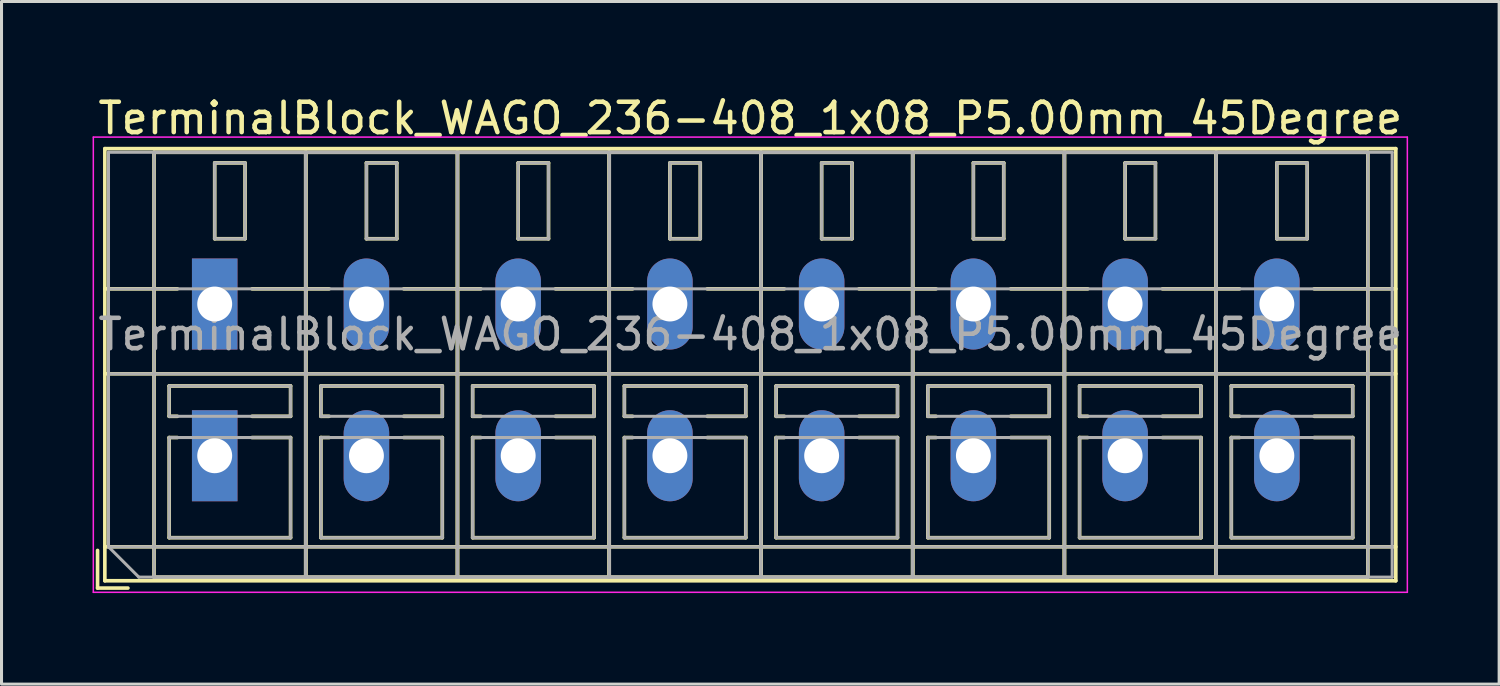
<source format=kicad_pcb>
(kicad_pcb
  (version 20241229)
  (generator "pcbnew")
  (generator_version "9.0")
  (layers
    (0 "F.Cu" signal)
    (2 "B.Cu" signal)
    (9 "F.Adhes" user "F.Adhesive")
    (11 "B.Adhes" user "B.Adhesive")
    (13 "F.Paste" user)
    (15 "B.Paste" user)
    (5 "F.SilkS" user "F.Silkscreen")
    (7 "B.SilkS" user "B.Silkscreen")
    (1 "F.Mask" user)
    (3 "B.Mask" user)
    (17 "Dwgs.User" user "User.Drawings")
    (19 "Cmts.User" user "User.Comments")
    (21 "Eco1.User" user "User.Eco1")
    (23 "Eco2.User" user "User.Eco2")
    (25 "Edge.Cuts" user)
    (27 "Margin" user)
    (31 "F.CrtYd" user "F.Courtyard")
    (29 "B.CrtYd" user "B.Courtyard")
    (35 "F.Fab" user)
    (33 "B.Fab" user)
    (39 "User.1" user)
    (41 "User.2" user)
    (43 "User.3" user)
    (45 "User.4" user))
  (footprint "TerminalBlock_WAGO_236-408_1x08_P5.00mm_45Degree"
    (layer "F.Cu")
    (at 4.025 6.968)
    (property "Reference" "TerminalBlock_WAGO_236-408_1x08_P5.00mm_45Degree" (at 17.65 -6.12 0) (layer "F.SilkS") (effects (font (size 1 1) (thickness 0.15))))
    (attr through_hole)
    (fp_line (start -3.86 8.12) (end -3.86 9.36) (stroke (width 0.12) (type solid)) (layer "F.SilkS"))
    (fp_line (start -3.86 9.36) (end -2.86 9.36) (stroke (width 0.12) (type solid)) (layer "F.SilkS"))
    (fp_line (start -3.62 -5.12) (end -3.62 9.12) (stroke (width 0.12) (type solid)) (layer "F.SilkS"))
    (fp_line (start -3.62 -5.12) (end 38.92 -5.12) (stroke (width 0.12) (type solid)) (layer "F.SilkS"))
    (fp_line (start -3.62 -0.5) (end -1.23 -0.5) (stroke (width 0.12) (type solid)) (layer "F.SilkS"))
    (fp_line (start -3.62 2.3) (end 38.92 2.3) (stroke (width 0.12) (type solid)) (layer "F.SilkS"))
    (fp_line (start -3.62 8) (end 38.92 8) (stroke (width 0.12) (type solid)) (layer "F.SilkS"))
    (fp_line (start -3.62 9.12) (end 38.92 9.12) (stroke (width 0.12) (type solid)) (layer "F.SilkS"))
    (fp_line (start -2 -5) (end -2 9) (stroke (width 0.12) (type solid)) (layer "F.SilkS"))
    (fp_line (start -2 -5) (end 3 -5) (stroke (width 0.12) (type solid)) (layer "F.SilkS"))
    (fp_line (start -2 9) (end 3 9) (stroke (width 0.12) (type solid)) (layer "F.SilkS"))
    (fp_line (start -1.5 2.7) (end -1.5 3.7) (stroke (width 0.12) (type solid)) (layer "F.SilkS"))
    (fp_line (start -1.5 2.7) (end 2.5 2.7) (stroke (width 0.12) (type solid)) (layer "F.SilkS"))
    (fp_line (start -1.5 3.7) (end -1.23 3.7) (stroke (width 0.12) (type solid)) (layer "F.SilkS"))
    (fp_line (start -1.5 4.4) (end -1.5 7.7) (stroke (width 0.12) (type solid)) (layer "F.SilkS"))
    (fp_line (start -1.5 4.4) (end -1.23 4.4) (stroke (width 0.12) (type solid)) (layer "F.SilkS"))
    (fp_line (start -1.5 7.7) (end 2.5 7.7) (stroke (width 0.12) (type solid)) (layer "F.SilkS"))
    (fp_line (start 0 -4.65) (end 0 -2.151) (stroke (width 0.12) (type solid)) (layer "F.SilkS"))
    (fp_line (start 0 -4.65) (end 1 -4.65) (stroke (width 0.12) (type solid)) (layer "F.SilkS"))
    (fp_line (start 0 -2.151) (end 1 -2.151) (stroke (width 0.12) (type solid)) (layer "F.SilkS"))
    (fp_line (start 1 -4.65) (end 1 -2.151) (stroke (width 0.12) (type solid)) (layer "F.SilkS"))
    (fp_line (start 1.23 -0.5) (end 3.77 -0.5) (stroke (width 0.12) (type solid)) (layer "F.SilkS"))
    (fp_line (start 1.23 3.7) (end 2.5 3.7) (stroke (width 0.12) (type solid)) (layer "F.SilkS"))
    (fp_line (start 1.23 4.4) (end 2.5 4.4) (stroke (width 0.12) (type solid)) (layer "F.SilkS"))
    (fp_line (start 2.5 2.7) (end 2.5 3.7) (stroke (width 0.12) (type solid)) (layer "F.SilkS"))
    (fp_line (start 2.5 4.4) (end 2.5 7.7) (stroke (width 0.12) (type solid)) (layer "F.SilkS"))
    (fp_line (start 3 -5) (end 3 9) (stroke (width 0.12) (type solid)) (layer "F.SilkS"))
    (fp_line (start 3 -5) (end 3 9) (stroke (width 0.12) (type solid)) (layer "F.SilkS"))
    (fp_line (start 3 -5) (end 8 -5) (stroke (width 0.12) (type solid)) (layer "F.SilkS"))
    (fp_line (start 3 9) (end 8 9) (stroke (width 0.12) (type solid)) (layer "F.SilkS"))
    (fp_line (start 3.5 2.7) (end 3.5 3.7) (stroke (width 0.12) (type solid)) (layer "F.SilkS"))
    (fp_line (start 3.5 2.7) (end 7.5 2.7) (stroke (width 0.12) (type solid)) (layer "F.SilkS"))
    (fp_line (start 3.5 3.7) (end 3.77 3.7) (stroke (width 0.12) (type solid)) (layer "F.SilkS"))
    (fp_line (start 3.5 4.4) (end 3.5 7.7) (stroke (width 0.12) (type solid)) (layer "F.SilkS"))
    (fp_line (start 3.5 4.4) (end 3.77 4.4) (stroke (width 0.12) (type solid)) (layer "F.SilkS"))
    (fp_line (start 3.5 7.7) (end 7.5 7.7) (stroke (width 0.12) (type solid)) (layer "F.SilkS"))
    (fp_line (start 5 -4.65) (end 5 -2.151) (stroke (width 0.12) (type solid)) (layer "F.SilkS"))
    (fp_line (start 5 -4.65) (end 6 -4.65) (stroke (width 0.12) (type solid)) (layer "F.SilkS"))
    (fp_line (start 5 -2.151) (end 6 -2.151) (stroke (width 0.12) (type solid)) (layer "F.SilkS"))
    (fp_line (start 6 -4.65) (end 6 -2.151) (stroke (width 0.12) (type solid)) (layer "F.SilkS"))
    (fp_line (start 6.23 -0.5) (end 8.77 -0.5) (stroke (width 0.12) (type solid)) (layer "F.SilkS"))
    (fp_line (start 6.23 3.7) (end 7.5 3.7) (stroke (width 0.12) (type solid)) (layer "F.SilkS"))
    (fp_line (start 6.23 4.4) (end 7.5 4.4) (stroke (width 0.12) (type solid)) (layer "F.SilkS"))
    (fp_line (start 7.5 2.7) (end 7.5 3.7) (stroke (width 0.12) (type solid)) (layer "F.SilkS"))
    (fp_line (start 7.5 4.4) (end 7.5 7.7) (stroke (width 0.12) (type solid)) (layer "F.SilkS"))
    (fp_line (start 8 -5) (end 8 9) (stroke (width 0.12) (type solid)) (layer "F.SilkS"))
    (fp_line (start 8 -5) (end 8 9) (stroke (width 0.12) (type solid)) (layer "F.SilkS"))
    (fp_line (start 8 -5) (end 13 -5) (stroke (width 0.12) (type solid)) (layer "F.SilkS"))
    (fp_line (start 8 9) (end 13 9) (stroke (width 0.12) (type solid)) (layer "F.SilkS"))
    (fp_line (start 8.5 2.7) (end 8.5 3.7) (stroke (width 0.12) (type solid)) (layer "F.SilkS"))
    (fp_line (start 8.5 2.7) (end 12.5 2.7) (stroke (width 0.12) (type solid)) (layer "F.SilkS"))
    (fp_line (start 8.5 3.7) (end 8.77 3.7) (stroke (width 0.12) (type solid)) (layer "F.SilkS"))
    (fp_line (start 8.5 4.4) (end 8.5 7.7) (stroke (width 0.12) (type solid)) (layer "F.SilkS"))
    (fp_line (start 8.5 4.4) (end 8.77 4.4) (stroke (width 0.12) (type solid)) (layer "F.SilkS"))
    (fp_line (start 8.5 7.7) (end 12.5 7.7) (stroke (width 0.12) (type solid)) (layer "F.SilkS"))
    (fp_line (start 10 -4.65) (end 10 -2.151) (stroke (width 0.12) (type solid)) (layer "F.SilkS"))
    (fp_line (start 10 -4.65) (end 11 -4.65) (stroke (width 0.12) (type solid)) (layer "F.SilkS"))
    (fp_line (start 10 -2.151) (end 11 -2.151) (stroke (width 0.12) (type solid)) (layer "F.SilkS"))
    (fp_line (start 11 -4.65) (end 11 -2.151) (stroke (width 0.12) (type solid)) (layer "F.SilkS"))
    (fp_line (start 11.23 -0.5) (end 13.77 -0.5) (stroke (width 0.12) (type solid)) (layer "F.SilkS"))
    (fp_line (start 11.23 3.7) (end 12.5 3.7) (stroke (width 0.12) (type solid)) (layer "F.SilkS"))
    (fp_line (start 11.23 4.4) (end 12.5 4.4) (stroke (width 0.12) (type solid)) (layer "F.SilkS"))
    (fp_line (start 12.5 2.7) (end 12.5 3.7) (stroke (width 0.12) (type solid)) (layer "F.SilkS"))
    (fp_line (start 12.5 4.4) (end 12.5 7.7) (stroke (width 0.12) (type solid)) (layer "F.SilkS"))
    (fp_line (start 13 -5) (end 13 9) (stroke (width 0.12) (type solid)) (layer "F.SilkS"))
    (fp_line (start 13 -5) (end 13 9) (stroke (width 0.12) (type solid)) (layer "F.SilkS"))
    (fp_line (start 13 -5) (end 18 -5) (stroke (width 0.12) (type solid)) (layer "F.SilkS"))
    (fp_line (start 13 9) (end 18 9) (stroke (width 0.12) (type solid)) (layer "F.SilkS"))
    (fp_line (start 13.5 2.7) (end 13.5 3.7) (stroke (width 0.12) (type solid)) (layer "F.SilkS"))
    (fp_line (start 13.5 2.7) (end 17.5 2.7) (stroke (width 0.12) (type solid)) (layer "F.SilkS"))
    (fp_line (start 13.5 3.7) (end 13.77 3.7) (stroke (width 0.12) (type solid)) (layer "F.SilkS"))
    (fp_line (start 13.5 4.4) (end 13.5 7.7) (stroke (width 0.12) (type solid)) (layer "F.SilkS"))
    (fp_line (start 13.5 4.4) (end 13.77 4.4) (stroke (width 0.12) (type solid)) (layer "F.SilkS"))
    (fp_line (start 13.5 7.7) (end 17.5 7.7) (stroke (width 0.12) (type solid)) (layer "F.SilkS"))
    (fp_line (start 15 -4.65) (end 15 -2.151) (stroke (width 0.12) (type solid)) (layer "F.SilkS"))
    (fp_line (start 15 -4.65) (end 16 -4.65) (stroke (width 0.12) (type solid)) (layer "F.SilkS"))
    (fp_line (start 15 -2.151) (end 16 -2.151) (stroke (width 0.12) (type solid)) (layer "F.SilkS"))
    (fp_line (start 16 -4.65) (end 16 -2.151) (stroke (width 0.12) (type solid)) (layer "F.SilkS"))
    (fp_line (start 16.23 -0.5) (end 18.77 -0.5) (stroke (width 0.12) (type solid)) (layer "F.SilkS"))
    (fp_line (start 16.23 3.7) (end 17.5 3.7) (stroke (width 0.12) (type solid)) (layer "F.SilkS"))
    (fp_line (start 16.23 4.4) (end 17.5 4.4) (stroke (width 0.12) (type solid)) (layer "F.SilkS"))
    (fp_line (start 17.5 2.7) (end 17.5 3.7) (stroke (width 0.12) (type solid)) (layer "F.SilkS"))
    (fp_line (start 17.5 4.4) (end 17.5 7.7) (stroke (width 0.12) (type solid)) (layer "F.SilkS"))
    (fp_line (start 18 -5) (end 18 9) (stroke (width 0.12) (type solid)) (layer "F.SilkS"))
    (fp_line (start 18 -5) (end 18 9) (stroke (width 0.12) (type solid)) (layer "F.SilkS"))
    (fp_line (start 18 -5) (end 23 -5) (stroke (width 0.12) (type solid)) (layer "F.SilkS"))
    (fp_line (start 18 9) (end 23 9) (stroke (width 0.12) (type solid)) (layer "F.SilkS"))
    (fp_line (start 18.5 2.7) (end 18.5 3.7) (stroke (width 0.12) (type solid)) (layer "F.SilkS"))
    (fp_line (start 18.5 2.7) (end 22.5 2.7) (stroke (width 0.12) (type solid)) (layer "F.SilkS"))
    (fp_line (start 18.5 3.7) (end 18.77 3.7) (stroke (width 0.12) (type solid)) (layer "F.SilkS"))
    (fp_line (start 18.5 4.4) (end 18.5 7.7) (stroke (width 0.12) (type solid)) (layer "F.SilkS"))
    (fp_line (start 18.5 4.4) (end 18.77 4.4) (stroke (width 0.12) (type solid)) (layer "F.SilkS"))
    (fp_line (start 18.5 7.7) (end 22.5 7.7) (stroke (width 0.12) (type solid)) (layer "F.SilkS"))
    (fp_line (start 20 -4.65) (end 20 -2.151) (stroke (width 0.12) (type solid)) (layer "F.SilkS"))
    (fp_line (start 20 -4.65) (end 21 -4.65) (stroke (width 0.12) (type solid)) (layer "F.SilkS"))
    (fp_line (start 20 -2.151) (end 21 -2.151) (stroke (width 0.12) (type solid)) (layer "F.SilkS"))
    (fp_line (start 21 -4.65) (end 21 -2.151) (stroke (width 0.12) (type solid)) (layer "F.SilkS"))
    (fp_line (start 21.23 -0.5) (end 23.77 -0.5) (stroke (width 0.12) (type solid)) (layer "F.SilkS"))
    (fp_line (start 21.23 3.7) (end 22.5 3.7) (stroke (width 0.12) (type solid)) (layer "F.SilkS"))
    (fp_line (start 21.23 4.4) (end 22.5 4.4) (stroke (width 0.12) (type solid)) (layer "F.SilkS"))
    (fp_line (start 22.5 2.7) (end 22.5 3.7) (stroke (width 0.12) (type solid)) (layer "F.SilkS"))
    (fp_line (start 22.5 4.4) (end 22.5 7.7) (stroke (width 0.12) (type solid)) (layer "F.SilkS"))
    (fp_line (start 23 -5) (end 23 9) (stroke (width 0.12) (type solid)) (layer "F.SilkS"))
    (fp_line (start 23 -5) (end 23 9) (stroke (width 0.12) (type solid)) (layer "F.SilkS"))
    (fp_line (start 23 -5) (end 28 -5) (stroke (width 0.12) (type solid)) (layer "F.SilkS"))
    (fp_line (start 23 9) (end 28 9) (stroke (width 0.12) (type solid)) (layer "F.SilkS"))
    (fp_line (start 23.5 2.7) (end 23.5 3.7) (stroke (width 0.12) (type solid)) (layer "F.SilkS"))
    (fp_line (start 23.5 2.7) (end 27.5 2.7) (stroke (width 0.12) (type solid)) (layer "F.SilkS"))
    (fp_line (start 23.5 3.7) (end 23.77 3.7) (stroke (width 0.12) (type solid)) (layer "F.SilkS"))
    (fp_line (start 23.5 4.4) (end 23.5 7.7) (stroke (width 0.12) (type solid)) (layer "F.SilkS"))
    (fp_line (start 23.5 4.4) (end 23.77 4.4) (stroke (width 0.12) (type solid)) (layer "F.SilkS"))
    (fp_line (start 23.5 7.7) (end 27.5 7.7) (stroke (width 0.12) (type solid)) (layer "F.SilkS"))
    (fp_line (start 25 -4.65) (end 25 -2.151) (stroke (width 0.12) (type solid)) (layer "F.SilkS"))
    (fp_line (start 25 -4.65) (end 26 -4.65) (stroke (width 0.12) (type solid)) (layer "F.SilkS"))
    (fp_line (start 25 -2.151) (end 26 -2.151) (stroke (width 0.12) (type solid)) (layer "F.SilkS"))
    (fp_line (start 26 -4.65) (end 26 -2.151) (stroke (width 0.12) (type solid)) (layer "F.SilkS"))
    (fp_line (start 26.23 -0.5) (end 28.77 -0.5) (stroke (width 0.12) (type solid)) (layer "F.SilkS"))
    (fp_line (start 26.23 3.7) (end 27.5 3.7) (stroke (width 0.12) (type solid)) (layer "F.SilkS"))
    (fp_line (start 26.23 4.4) (end 27.5 4.4) (stroke (width 0.12) (type solid)) (layer "F.SilkS"))
    (fp_line (start 27.5 2.7) (end 27.5 3.7) (stroke (width 0.12) (type solid)) (layer "F.SilkS"))
    (fp_line (start 27.5 4.4) (end 27.5 7.7) (stroke (width 0.12) (type solid)) (layer "F.SilkS"))
    (fp_line (start 28 -5) (end 28 9) (stroke (width 0.12) (type solid)) (layer "F.SilkS"))
    (fp_line (start 28 -5) (end 28 9) (stroke (width 0.12) (type solid)) (layer "F.SilkS"))
    (fp_line (start 28 -5) (end 33 -5) (stroke (width 0.12) (type solid)) (layer "F.SilkS"))
    (fp_line (start 28 9) (end 33 9) (stroke (width 0.12) (type solid)) (layer "F.SilkS"))
    (fp_line (start 28.5 2.7) (end 28.5 3.7) (stroke (width 0.12) (type solid)) (layer "F.SilkS"))
    (fp_line (start 28.5 2.7) (end 32.5 2.7) (stroke (width 0.12) (type solid)) (layer "F.SilkS"))
    (fp_line (start 28.5 3.7) (end 28.77 3.7) (stroke (width 0.12) (type solid)) (layer "F.SilkS"))
    (fp_line (start 28.5 4.4) (end 28.5 7.7) (stroke (width 0.12) (type solid)) (layer "F.SilkS"))
    (fp_line (start 28.5 4.4) (end 28.77 4.4) (stroke (width 0.12) (type solid)) (layer "F.SilkS"))
    (fp_line (start 28.5 7.7) (end 32.5 7.7) (stroke (width 0.12) (type solid)) (layer "F.SilkS"))
    (fp_line (start 30 -4.65) (end 30 -2.151) (stroke (width 0.12) (type solid)) (layer "F.SilkS"))
    (fp_line (start 30 -4.65) (end 31 -4.65) (stroke (width 0.12) (type solid)) (layer "F.SilkS"))
    (fp_line (start 30 -2.151) (end 31 -2.151) (stroke (width 0.12) (type solid)) (layer "F.SilkS"))
    (fp_line (start 31 -4.65) (end 31 -2.151) (stroke (width 0.12) (type solid)) (layer "F.SilkS"))
    (fp_line (start 31.23 -0.5) (end 33.77 -0.5) (stroke (width 0.12) (type solid)) (layer "F.SilkS"))
    (fp_line (start 31.23 3.7) (end 32.5 3.7) (stroke (width 0.12) (type solid)) (layer "F.SilkS"))
    (fp_line (start 31.23 4.4) (end 32.5 4.4) (stroke (width 0.12) (type solid)) (layer "F.SilkS"))
    (fp_line (start 32.5 2.7) (end 32.5 3.7) (stroke (width 0.12) (type solid)) (layer "F.SilkS"))
    (fp_line (start 32.5 4.4) (end 32.5 7.7) (stroke (width 0.12) (type solid)) (layer "F.SilkS"))
    (fp_line (start 33 -5) (end 33 9) (stroke (width 0.12) (type solid)) (layer "F.SilkS"))
    (fp_line (start 33 -5) (end 33 9) (stroke (width 0.12) (type solid)) (layer "F.SilkS"))
    (fp_line (start 33 -5) (end 38 -5) (stroke (width 0.12) (type solid)) (layer "F.SilkS"))
    (fp_line (start 33 9) (end 38 9) (stroke (width 0.12) (type solid)) (layer "F.SilkS"))
    (fp_line (start 33.5 2.7) (end 33.5 3.7) (stroke (width 0.12) (type solid)) (layer "F.SilkS"))
    (fp_line (start 33.5 2.7) (end 37.5 2.7) (stroke (width 0.12) (type solid)) (layer "F.SilkS"))
    (fp_line (start 33.5 3.7) (end 33.77 3.7) (stroke (width 0.12) (type solid)) (layer "F.SilkS"))
    (fp_line (start 33.5 4.4) (end 33.5 7.7) (stroke (width 0.12) (type solid)) (layer "F.SilkS"))
    (fp_line (start 33.5 4.4) (end 33.77 4.4) (stroke (width 0.12) (type solid)) (layer "F.SilkS"))
    (fp_line (start 33.5 7.7) (end 37.5 7.7) (stroke (width 0.12) (type solid)) (layer "F.SilkS"))
    (fp_line (start 35 -4.65) (end 35 -2.151) (stroke (width 0.12) (type solid)) (layer "F.SilkS"))
    (fp_line (start 35 -4.65) (end 36 -4.65) (stroke (width 0.12) (type solid)) (layer "F.SilkS"))
    (fp_line (start 35 -2.151) (end 36 -2.151) (stroke (width 0.12) (type solid)) (layer "F.SilkS"))
    (fp_line (start 36 -4.65) (end 36 -2.151) (stroke (width 0.12) (type solid)) (layer "F.SilkS"))
    (fp_line (start 36.23 -0.5) (end 38.92 -0.5) (stroke (width 0.12) (type solid)) (layer "F.SilkS"))
    (fp_line (start 36.23 3.7) (end 37.5 3.7) (stroke (width 0.12) (type solid)) (layer "F.SilkS"))
    (fp_line (start 36.23 4.4) (end 37.5 4.4) (stroke (width 0.12) (type solid)) (layer "F.SilkS"))
    (fp_line (start 37.5 2.7) (end 37.5 3.7) (stroke (width 0.12) (type solid)) (layer "F.SilkS"))
    (fp_line (start 37.5 4.4) (end 37.5 7.7) (stroke (width 0.12) (type solid)) (layer "F.SilkS"))
    (fp_line (start 38 -5) (end 38 9) (stroke (width 0.12) (type solid)) (layer "F.SilkS"))
    (fp_line (start 38.92 -5.12) (end 38.92 9.12) (stroke (width 0.12) (type solid)) (layer "F.SilkS"))
    (fp_line (start -4 -5.5) (end -4 9.5) (stroke (width 0.05) (type solid)) (layer "F.CrtYd"))
    (fp_line (start -4 9.5) (end 39.3 9.5) (stroke (width 0.05) (type solid)) (layer "F.CrtYd"))
    (fp_line (start 39.3 -5.5) (end -4 -5.5) (stroke (width 0.05) (type solid)) (layer "F.CrtYd"))
    (fp_line (start 39.3 9.5) (end 39.3 -5.5) (stroke (width 0.05) (type solid)) (layer "F.CrtYd"))
    (fp_line (start -3.5 -5) (end 38.8 -5) (stroke (width 0.1) (type solid)) (layer "F.Fab"))
    (fp_line (start -3.5 -0.5) (end 38.8 -0.5) (stroke (width 0.1) (type solid)) (layer "F.Fab"))
    (fp_line (start -3.5 2.3) (end 38.8 2.3) (stroke (width 0.1) (type solid)) (layer "F.Fab"))
    (fp_line (start -3.5 8) (end -3.5 -5) (stroke (width 0.1) (type solid)) (layer "F.Fab"))
    (fp_line (start -3.5 8) (end 38.8 8) (stroke (width 0.1) (type solid)) (layer "F.Fab"))
    (fp_line (start -2.5 9) (end -3.5 8) (stroke (width 0.1) (type solid)) (layer "F.Fab"))
    (fp_line (start -2 -5) (end -2 9) (stroke (width 0.1) (type solid)) (layer "F.Fab"))
    (fp_line (start -2 9) (end 3 9) (stroke (width 0.1) (type solid)) (layer "F.Fab"))
    (fp_line (start -1.5 2.7) (end -1.5 3.7) (stroke (width 0.1) (type solid)) (layer "F.Fab"))
    (fp_line (start -1.5 3.7) (end 2.5 3.7) (stroke (width 0.1) (type solid)) (layer "F.Fab"))
    (fp_line (start -1.5 4.4) (end -1.5 7.7) (stroke (width 0.1) (type solid)) (layer "F.Fab"))
    (fp_line (start -1.5 7.7) (end 2.5 7.7) (stroke (width 0.1) (type solid)) (layer "F.Fab"))
    (fp_line (start 0 -4.65) (end 0 -2.15) (stroke (width 0.1) (type solid)) (layer "F.Fab"))
    (fp_line (start 0 -2.15) (end 1 -2.15) (stroke (width 0.1) (type solid)) (layer "F.Fab"))
    (fp_line (start 1 -4.65) (end 0 -4.65) (stroke (width 0.1) (type solid)) (layer "F.Fab"))
    (fp_line (start 1 -2.15) (end 1 -4.65) (stroke (width 0.1) (type solid)) (layer "F.Fab"))
    (fp_line (start 2.5 2.7) (end -1.5 2.7) (stroke (width 0.1) (type solid)) (layer "F.Fab"))
    (fp_line (start 2.5 3.7) (end 2.5 2.7) (stroke (width 0.1) (type solid)) (layer "F.Fab"))
    (fp_line (start 2.5 4.4) (end -1.5 4.4) (stroke (width 0.1) (type solid)) (layer "F.Fab"))
    (fp_line (start 2.5 7.7) (end 2.5 4.4) (stroke (width 0.1) (type solid)) (layer "F.Fab"))
    (fp_line (start 3 -5) (end -2 -5) (stroke (width 0.1) (type solid)) (layer "F.Fab"))
    (fp_line (start 3 -5) (end 3 9) (stroke (width 0.1) (type solid)) (layer "F.Fab"))
    (fp_line (start 3 9) (end 3 -5) (stroke (width 0.1) (type solid)) (layer "F.Fab"))
    (fp_line (start 3 9) (end 8 9) (stroke (width 0.1) (type solid)) (layer "F.Fab"))
    (fp_line (start 3.5 2.7) (end 3.5 3.7) (stroke (width 0.1) (type solid)) (layer "F.Fab"))
    (fp_line (start 3.5 3.7) (end 7.5 3.7) (stroke (width 0.1) (type solid)) (layer "F.Fab"))
    (fp_line (start 3.5 4.4) (end 3.5 7.7) (stroke (width 0.1) (type solid)) (layer "F.Fab"))
    (fp_line (start 3.5 7.7) (end 7.5 7.7) (stroke (width 0.1) (type solid)) (layer "F.Fab"))
    (fp_line (start 5 -4.65) (end 5 -2.15) (stroke (width 0.1) (type solid)) (layer "F.Fab"))
    (fp_line (start 5 -2.15) (end 6 -2.15) (stroke (width 0.1) (type solid)) (layer "F.Fab"))
    (fp_line (start 6 -4.65) (end 5 -4.65) (stroke (width 0.1) (type solid)) (layer "F.Fab"))
    (fp_line (start 6 -2.15) (end 6 -4.65) (stroke (width 0.1) (type solid)) (layer "F.Fab"))
    (fp_line (start 7.5 2.7) (end 3.5 2.7) (stroke (width 0.1) (type solid)) (layer "F.Fab"))
    (fp_line (start 7.5 3.7) (end 7.5 2.7) (stroke (width 0.1) (type solid)) (layer "F.Fab"))
    (fp_line (start 7.5 4.4) (end 3.5 4.4) (stroke (width 0.1) (type solid)) (layer "F.Fab"))
    (fp_line (start 7.5 7.7) (end 7.5 4.4) (stroke (width 0.1) (type solid)) (layer "F.Fab"))
    (fp_line (start 8 -5) (end 3 -5) (stroke (width 0.1) (type solid)) (layer "F.Fab"))
    (fp_line (start 8 -5) (end 8 9) (stroke (width 0.1) (type solid)) (layer "F.Fab"))
    (fp_line (start 8 9) (end 8 -5) (stroke (width 0.1) (type solid)) (layer "F.Fab"))
    (fp_line (start 8 9) (end 13 9) (stroke (width 0.1) (type solid)) (layer "F.Fab"))
    (fp_line (start 8.5 2.7) (end 8.5 3.7) (stroke (width 0.1) (type solid)) (layer "F.Fab"))
    (fp_line (start 8.5 3.7) (end 12.5 3.7) (stroke (width 0.1) (type solid)) (layer "F.Fab"))
    (fp_line (start 8.5 4.4) (end 8.5 7.7) (stroke (width 0.1) (type solid)) (layer "F.Fab"))
    (fp_line (start 8.5 7.7) (end 12.5 7.7) (stroke (width 0.1) (type solid)) (layer "F.Fab"))
    (fp_line (start 10 -4.65) (end 10 -2.15) (stroke (width 0.1) (type solid)) (layer "F.Fab"))
    (fp_line (start 10 -2.15) (end 11 -2.15) (stroke (width 0.1) (type solid)) (layer "F.Fab"))
    (fp_line (start 11 -4.65) (end 10 -4.65) (stroke (width 0.1) (type solid)) (layer "F.Fab"))
    (fp_line (start 11 -2.15) (end 11 -4.65) (stroke (width 0.1) (type solid)) (layer "F.Fab"))
    (fp_line (start 12.5 2.7) (end 8.5 2.7) (stroke (width 0.1) (type solid)) (layer "F.Fab"))
    (fp_line (start 12.5 3.7) (end 12.5 2.7) (stroke (width 0.1) (type solid)) (layer "F.Fab"))
    (fp_line (start 12.5 4.4) (end 8.5 4.4) (stroke (width 0.1) (type solid)) (layer "F.Fab"))
    (fp_line (start 12.5 7.7) (end 12.5 4.4) (stroke (width 0.1) (type solid)) (layer "F.Fab"))
    (fp_line (start 13 -5) (end 8 -5) (stroke (width 0.1) (type solid)) (layer "F.Fab"))
    (fp_line (start 13 -5) (end 13 9) (stroke (width 0.1) (type solid)) (layer "F.Fab"))
    (fp_line (start 13 9) (end 13 -5) (stroke (width 0.1) (type solid)) (layer "F.Fab"))
    (fp_line (start 13 9) (end 18 9) (stroke (width 0.1) (type solid)) (layer "F.Fab"))
    (fp_line (start 13.5 2.7) (end 13.5 3.7) (stroke (width 0.1) (type solid)) (layer "F.Fab"))
    (fp_line (start 13.5 3.7) (end 17.5 3.7) (stroke (width 0.1) (type solid)) (layer "F.Fab"))
    (fp_line (start 13.5 4.4) (end 13.5 7.7) (stroke (width 0.1) (type solid)) (layer "F.Fab"))
    (fp_line (start 13.5 7.7) (end 17.5 7.7) (stroke (width 0.1) (type solid)) (layer "F.Fab"))
    (fp_line (start 15 -4.65) (end 15 -2.15) (stroke (width 0.1) (type solid)) (layer "F.Fab"))
    (fp_line (start 15 -2.15) (end 16 -2.15) (stroke (width 0.1) (type solid)) (layer "F.Fab"))
    (fp_line (start 16 -4.65) (end 15 -4.65) (stroke (width 0.1) (type solid)) (layer "F.Fab"))
    (fp_line (start 16 -2.15) (end 16 -4.65) (stroke (width 0.1) (type solid)) (layer "F.Fab"))
    (fp_line (start 17.5 2.7) (end 13.5 2.7) (stroke (width 0.1) (type solid)) (layer "F.Fab"))
    (fp_line (start 17.5 3.7) (end 17.5 2.7) (stroke (width 0.1) (type solid)) (layer "F.Fab"))
    (fp_line (start 17.5 4.4) (end 13.5 4.4) (stroke (width 0.1) (type solid)) (layer "F.Fab"))
    (fp_line (start 17.5 7.7) (end 17.5 4.4) (stroke (width 0.1) (type solid)) (layer "F.Fab"))
    (fp_line (start 18 -5) (end 13 -5) (stroke (width 0.1) (type solid)) (layer "F.Fab"))
    (fp_line (start 18 -5) (end 18 9) (stroke (width 0.1) (type solid)) (layer "F.Fab"))
    (fp_line (start 18 9) (end 18 -5) (stroke (width 0.1) (type solid)) (layer "F.Fab"))
    (fp_line (start 18 9) (end 23 9) (stroke (width 0.1) (type solid)) (layer "F.Fab"))
    (fp_line (start 18.5 2.7) (end 18.5 3.7) (stroke (width 0.1) (type solid)) (layer "F.Fab"))
    (fp_line (start 18.5 3.7) (end 22.5 3.7) (stroke (width 0.1) (type solid)) (layer "F.Fab"))
    (fp_line (start 18.5 4.4) (end 18.5 7.7) (stroke (width 0.1) (type solid)) (layer "F.Fab"))
    (fp_line (start 18.5 7.7) (end 22.5 7.7) (stroke (width 0.1) (type solid)) (layer "F.Fab"))
    (fp_line (start 20 -4.65) (end 20 -2.15) (stroke (width 0.1) (type solid)) (layer "F.Fab"))
    (fp_line (start 20 -2.15) (end 21 -2.15) (stroke (width 0.1) (type solid)) (layer "F.Fab"))
    (fp_line (start 21 -4.65) (end 20 -4.65) (stroke (width 0.1) (type solid)) (layer "F.Fab"))
    (fp_line (start 21 -2.15) (end 21 -4.65) (stroke (width 0.1) (type solid)) (layer "F.Fab"))
    (fp_line (start 22.5 2.7) (end 18.5 2.7) (stroke (width 0.1) (type solid)) (layer "F.Fab"))
    (fp_line (start 22.5 3.7) (end 22.5 2.7) (stroke (width 0.1) (type solid)) (layer "F.Fab"))
    (fp_line (start 22.5 4.4) (end 18.5 4.4) (stroke (width 0.1) (type solid)) (layer "F.Fab"))
    (fp_line (start 22.5 7.7) (end 22.5 4.4) (stroke (width 0.1) (type solid)) (layer "F.Fab"))
    (fp_line (start 23 -5) (end 18 -5) (stroke (width 0.1) (type solid)) (layer "F.Fab"))
    (fp_line (start 23 -5) (end 23 9) (stroke (width 0.1) (type solid)) (layer "F.Fab"))
    (fp_line (start 23 9) (end 23 -5) (stroke (width 0.1) (type solid)) (layer "F.Fab"))
    (fp_line (start 23 9) (end 28 9) (stroke (width 0.1) (type solid)) (layer "F.Fab"))
    (fp_line (start 23.5 2.7) (end 23.5 3.7) (stroke (width 0.1) (type solid)) (layer "F.Fab"))
    (fp_line (start 23.5 3.7) (end 27.5 3.7) (stroke (width 0.1) (type solid)) (layer "F.Fab"))
    (fp_line (start 23.5 4.4) (end 23.5 7.7) (stroke (width 0.1) (type solid)) (layer "F.Fab"))
    (fp_line (start 23.5 7.7) (end 27.5 7.7) (stroke (width 0.1) (type solid)) (layer "F.Fab"))
    (fp_line (start 25 -4.65) (end 25 -2.15) (stroke (width 0.1) (type solid)) (layer "F.Fab"))
    (fp_line (start 25 -2.15) (end 26 -2.15) (stroke (width 0.1) (type solid)) (layer "F.Fab"))
    (fp_line (start 26 -4.65) (end 25 -4.65) (stroke (width 0.1) (type solid)) (layer "F.Fab"))
    (fp_line (start 26 -2.15) (end 26 -4.65) (stroke (width 0.1) (type solid)) (layer "F.Fab"))
    (fp_line (start 27.5 2.7) (end 23.5 2.7) (stroke (width 0.1) (type solid)) (layer "F.Fab"))
    (fp_line (start 27.5 3.7) (end 27.5 2.7) (stroke (width 0.1) (type solid)) (layer "F.Fab"))
    (fp_line (start 27.5 4.4) (end 23.5 4.4) (stroke (width 0.1) (type solid)) (layer "F.Fab"))
    (fp_line (start 27.5 7.7) (end 27.5 4.4) (stroke (width 0.1) (type solid)) (layer "F.Fab"))
    (fp_line (start 28 -5) (end 23 -5) (stroke (width 0.1) (type solid)) (layer "F.Fab"))
    (fp_line (start 28 -5) (end 28 9) (stroke (width 0.1) (type solid)) (layer "F.Fab"))
    (fp_line (start 28 9) (end 28 -5) (stroke (width 0.1) (type solid)) (layer "F.Fab"))
    (fp_line (start 28 9) (end 33 9) (stroke (width 0.1) (type solid)) (layer "F.Fab"))
    (fp_line (start 28.5 2.7) (end 28.5 3.7) (stroke (width 0.1) (type solid)) (layer "F.Fab"))
    (fp_line (start 28.5 3.7) (end 32.5 3.7) (stroke (width 0.1) (type solid)) (layer "F.Fab"))
    (fp_line (start 28.5 4.4) (end 28.5 7.7) (stroke (width 0.1) (type solid)) (layer "F.Fab"))
    (fp_line (start 28.5 7.7) (end 32.5 7.7) (stroke (width 0.1) (type solid)) (layer "F.Fab"))
    (fp_line (start 30 -4.65) (end 30 -2.15) (stroke (width 0.1) (type solid)) (layer "F.Fab"))
    (fp_line (start 30 -2.15) (end 31 -2.15) (stroke (width 0.1) (type solid)) (layer "F.Fab"))
    (fp_line (start 31 -4.65) (end 30 -4.65) (stroke (width 0.1) (type solid)) (layer "F.Fab"))
    (fp_line (start 31 -2.15) (end 31 -4.65) (stroke (width 0.1) (type solid)) (layer "F.Fab"))
    (fp_line (start 32.5 2.7) (end 28.5 2.7) (stroke (width 0.1) (type solid)) (layer "F.Fab"))
    (fp_line (start 32.5 3.7) (end 32.5 2.7) (stroke (width 0.1) (type solid)) (layer "F.Fab"))
    (fp_line (start 32.5 4.4) (end 28.5 4.4) (stroke (width 0.1) (type solid)) (layer "F.Fab"))
    (fp_line (start 32.5 7.7) (end 32.5 4.4) (stroke (width 0.1) (type solid)) (layer "F.Fab"))
    (fp_line (start 33 -5) (end 28 -5) (stroke (width 0.1) (type solid)) (layer "F.Fab"))
    (fp_line (start 33 -5) (end 33 9) (stroke (width 0.1) (type solid)) (layer "F.Fab"))
    (fp_line (start 33 9) (end 33 -5) (stroke (width 0.1) (type solid)) (layer "F.Fab"))
    (fp_line (start 33 9) (end 38 9) (stroke (width 0.1) (type solid)) (layer "F.Fab"))
    (fp_line (start 33.5 2.7) (end 33.5 3.7) (stroke (width 0.1) (type solid)) (layer "F.Fab"))
    (fp_line (start 33.5 3.7) (end 37.5 3.7) (stroke (width 0.1) (type solid)) (layer "F.Fab"))
    (fp_line (start 33.5 4.4) (end 33.5 7.7) (stroke (width 0.1) (type solid)) (layer "F.Fab"))
    (fp_line (start 33.5 7.7) (end 37.5 7.7) (stroke (width 0.1) (type solid)) (layer "F.Fab"))
    (fp_line (start 35 -4.65) (end 35 -2.15) (stroke (width 0.1) (type solid)) (layer "F.Fab"))
    (fp_line (start 35 -2.15) (end 36 -2.15) (stroke (width 0.1) (type solid)) (layer "F.Fab"))
    (fp_line (start 36 -4.65) (end 35 -4.65) (stroke (width 0.1) (type solid)) (layer "F.Fab"))
    (fp_line (start 36 -2.15) (end 36 -4.65) (stroke (width 0.1) (type solid)) (layer "F.Fab"))
    (fp_line (start 37.5 2.7) (end 33.5 2.7) (stroke (width 0.1) (type solid)) (layer "F.Fab"))
    (fp_line (start 37.5 3.7) (end 37.5 2.7) (stroke (width 0.1) (type solid)) (layer "F.Fab"))
    (fp_line (start 37.5 4.4) (end 33.5 4.4) (stroke (width 0.1) (type solid)) (layer "F.Fab"))
    (fp_line (start 37.5 7.7) (end 37.5 4.4) (stroke (width 0.1) (type solid)) (layer "F.Fab"))
    (fp_line (start 38 -5) (end 33 -5) (stroke (width 0.1) (type solid)) (layer "F.Fab"))
    (fp_line (start 38 9) (end 38 -5) (stroke (width 0.1) (type solid)) (layer "F.Fab"))
    (fp_line (start 38.8 -5) (end 38.8 9) (stroke (width 0.1) (type solid)) (layer "F.Fab"))
    (fp_line (start 38.8 9) (end -2.5 9) (stroke (width 0.1) (type solid)) (layer "F.Fab"))
    (fp_text user "${REFERENCE}" (at 17.65 1 0) (layer "F.Fab") (effects (font (size 1 1) (thickness 0.15))))
    (pad "1" thru_hole rect (at 0 0) (size 1.5 3) (drill 1.15) (layers "*.Cu" "*.Mask"))
    (pad "1" thru_hole rect (at 0 5) (size 1.5 3) (drill 1.15) (layers "*.Cu" "*.Mask"))
    (pad "2" thru_hole oval (at 5 0) (size 1.5 3) (drill 1.15) (layers "*.Cu" "*.Mask"))
    (pad "2" thru_hole oval (at 5 5) (size 1.5 3) (drill 1.15) (layers "*.Cu" "*.Mask"))
    (pad "3" thru_hole oval (at 10 0) (size 1.5 3) (drill 1.15) (layers "*.Cu" "*.Mask"))
    (pad "3" thru_hole oval (at 10 5) (size 1.5 3) (drill 1.15) (layers "*.Cu" "*.Mask"))
    (pad "4" thru_hole oval (at 15 0) (size 1.5 3) (drill 1.15) (layers "*.Cu" "*.Mask"))
    (pad "4" thru_hole oval (at 15 5) (size 1.5 3) (drill 1.15) (layers "*.Cu" "*.Mask"))
    (pad "5" thru_hole oval (at 20 0) (size 1.5 3) (drill 1.15) (layers "*.Cu" "*.Mask"))
    (pad "5" thru_hole oval (at 20 5) (size 1.5 3) (drill 1.15) (layers "*.Cu" "*.Mask"))
    (pad "6" thru_hole oval (at 25 0) (size 1.5 3) (drill 1.15) (layers "*.Cu" "*.Mask"))
    (pad "6" thru_hole oval (at 25 5) (size 1.5 3) (drill 1.15) (layers "*.Cu" "*.Mask"))
    (pad "7" thru_hole oval (at 30 0) (size 1.5 3) (drill 1.15) (layers "*.Cu" "*.Mask"))
    (pad "7" thru_hole oval (at 30 5) (size 1.5 3) (drill 1.15) (layers "*.Cu" "*.Mask"))
    (pad "8" thru_hole oval (at 35 0) (size 1.5 3) (drill 1.15) (layers "*.Cu" "*.Mask"))
    (pad "8" thru_hole oval (at 35 5) (size 1.5 3) (drill 1.15) (layers "*.Cu" "*.Mask")))
  (gr_rect
    (start -3 -3)
    (end 46.35 19.493)
    (stroke (width 0.1) (type default))
    (fill no)
    (layer "Edge.Cuts")))
</source>
